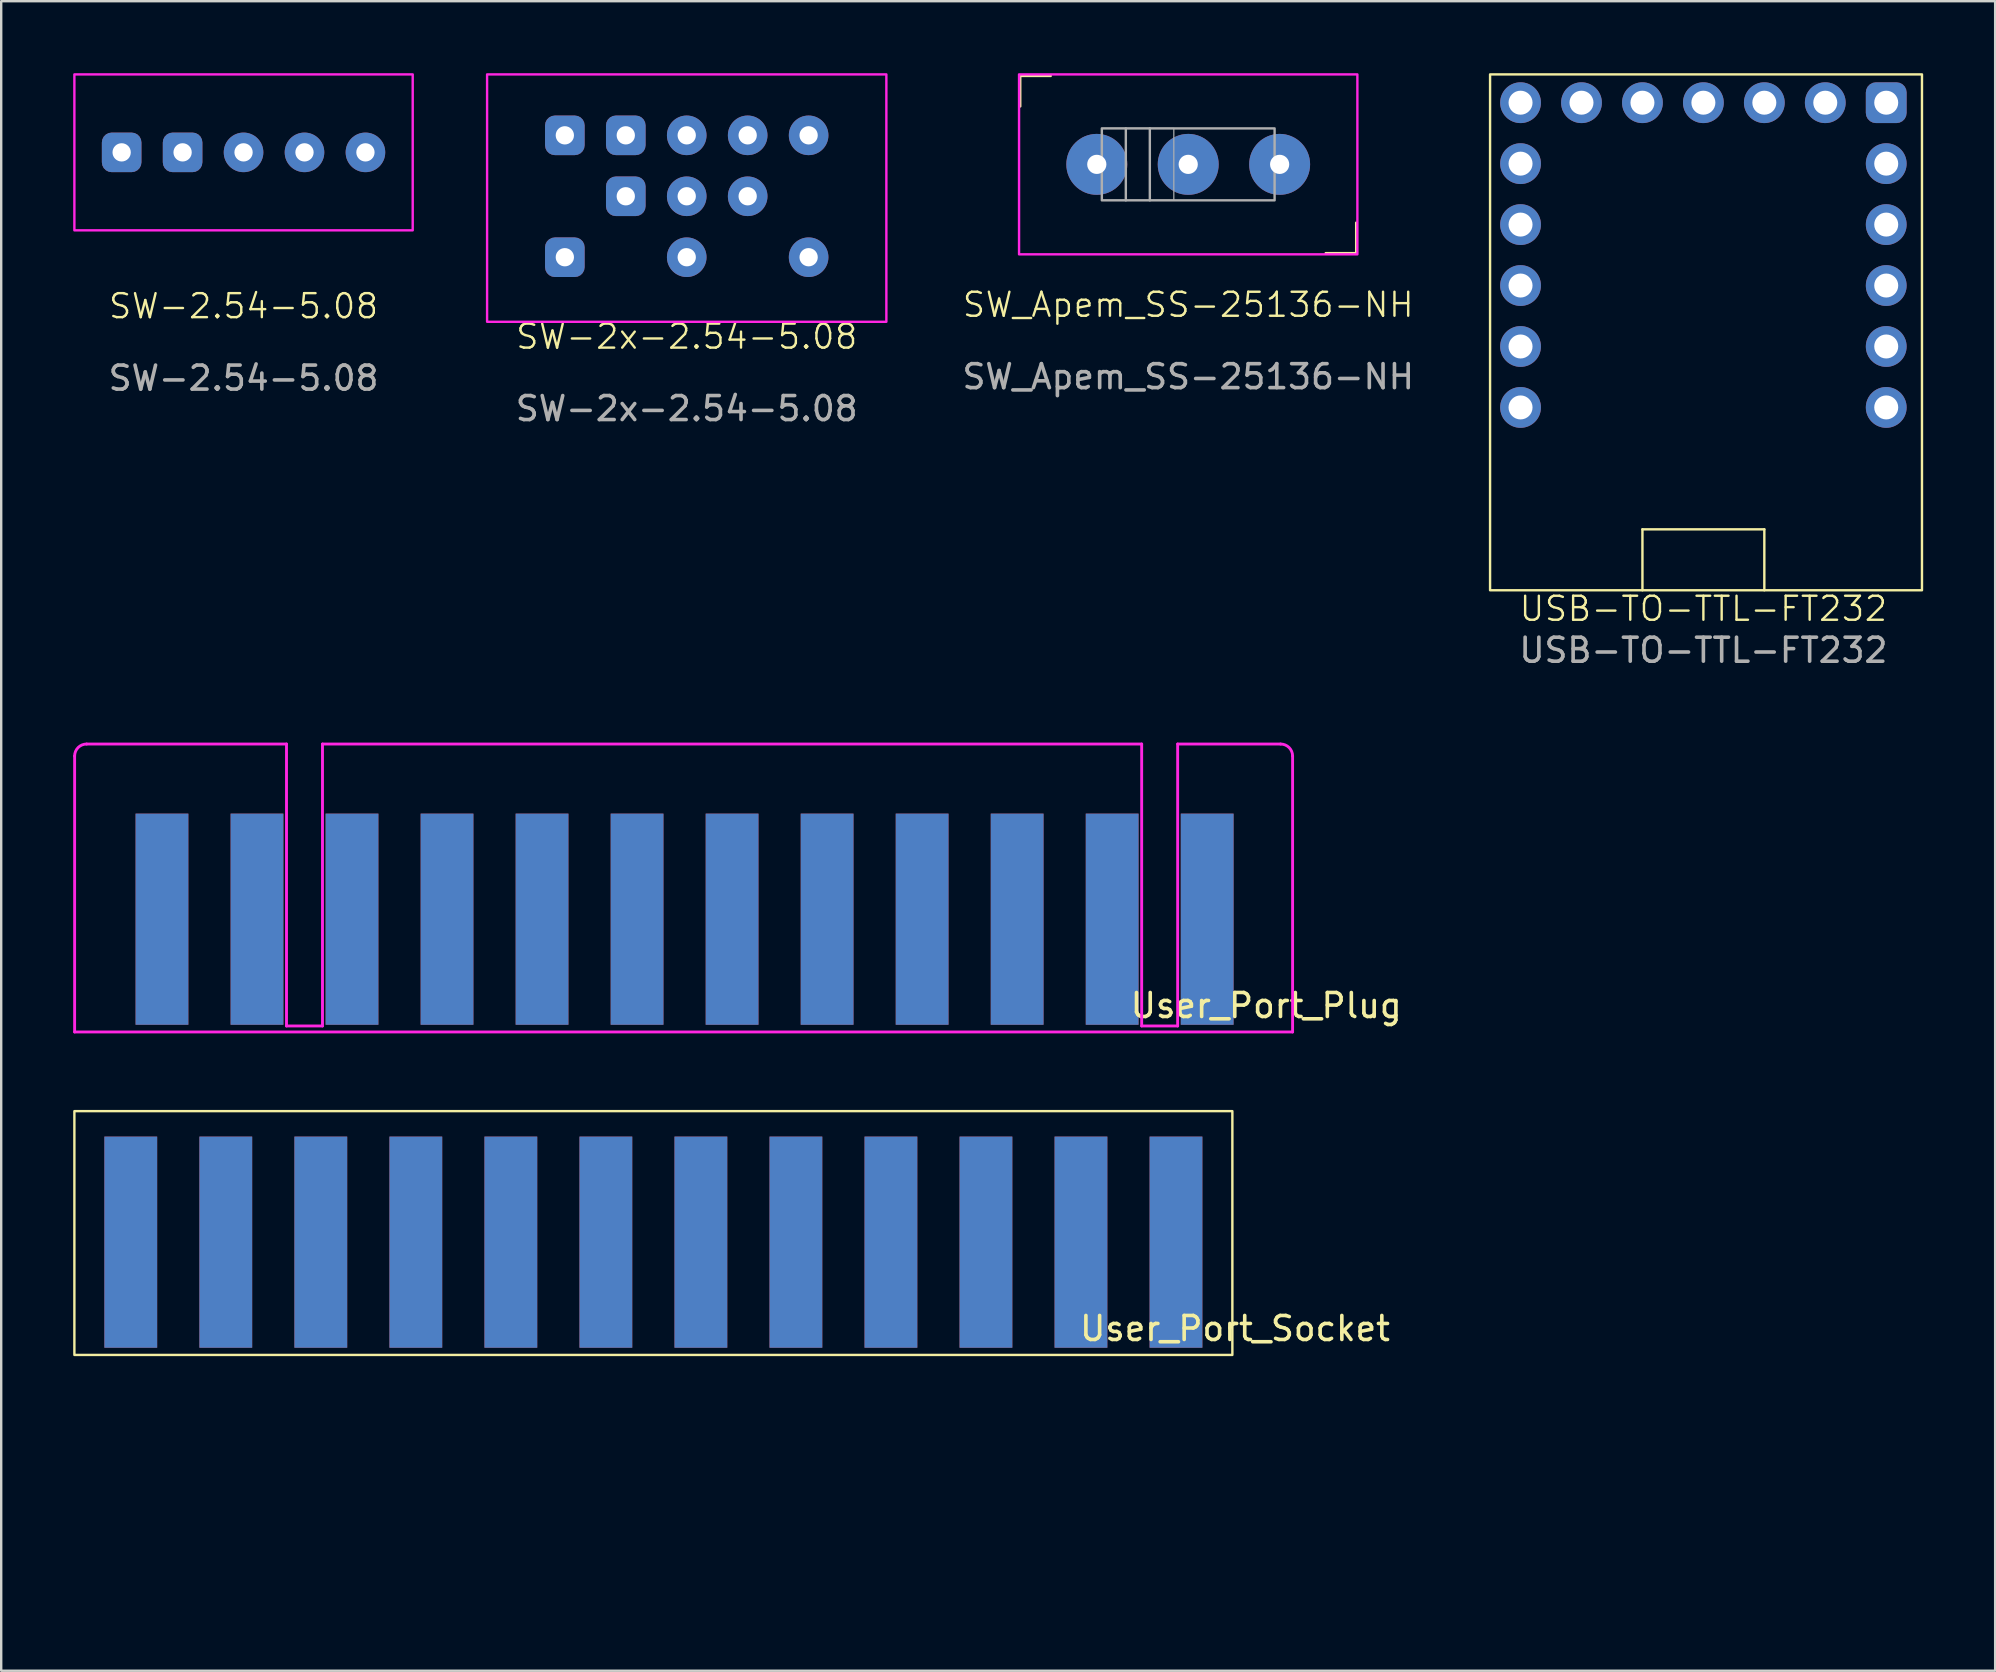
<source format=kicad_pcb>
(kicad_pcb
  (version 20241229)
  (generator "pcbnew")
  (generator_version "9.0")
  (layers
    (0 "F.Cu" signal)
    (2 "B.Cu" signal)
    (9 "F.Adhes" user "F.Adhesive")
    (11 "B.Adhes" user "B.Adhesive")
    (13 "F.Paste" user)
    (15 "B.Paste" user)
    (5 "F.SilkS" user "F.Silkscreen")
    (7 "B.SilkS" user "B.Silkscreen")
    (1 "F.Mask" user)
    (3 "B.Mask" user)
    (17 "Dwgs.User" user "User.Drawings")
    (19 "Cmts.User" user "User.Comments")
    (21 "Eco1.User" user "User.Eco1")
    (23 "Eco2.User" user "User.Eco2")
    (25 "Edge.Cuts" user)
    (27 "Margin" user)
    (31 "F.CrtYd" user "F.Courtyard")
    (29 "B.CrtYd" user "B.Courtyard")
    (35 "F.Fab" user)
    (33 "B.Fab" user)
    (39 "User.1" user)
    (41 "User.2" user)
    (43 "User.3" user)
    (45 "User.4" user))
  (footprint "User_Port_Plug"
    (layer "F.Cu")
    (at 25.48 39.958)
    (property "Reference" "User_Port_Plug" (at 24.24 -1.1 0) (layer "F.SilkS") (effects (font (size 1 1) (thickness 0.15))))
    (attr through_hole)
    (fp_line (start -25.42 -11.5) (end -25.42 0) (stroke (width 0.12) (type solid)) (layer "F.CrtYd"))
    (fp_line (start -25.42 0) (end 25.34 0) (stroke (width 0.12) (type solid)) (layer "F.CrtYd"))
    (fp_line (start -16.59 -12) (end -24.92 -12) (stroke (width 0.12) (type solid)) (layer "F.CrtYd"))
    (fp_line (start -16.59 -0.25) (end -16.59 -12) (stroke (width 0.12) (type solid)) (layer "F.CrtYd"))
    (fp_line (start -15.09 -12) (end -15.09 -0.25) (stroke (width 0.12) (type solid)) (layer "F.CrtYd"))
    (fp_line (start -15.09 -0.25) (end -16.59 -0.25) (stroke (width 0.12) (type solid)) (layer "F.CrtYd"))
    (fp_line (start 19.05 -12) (end -15.09 -12) (stroke (width 0.12) (type solid)) (layer "F.CrtYd"))
    (fp_line (start 19.05 -0.25) (end 19.05 -12) (stroke (width 0.12) (type solid)) (layer "F.CrtYd"))
    (fp_line (start 20.55 -12) (end 20.55 -0.25) (stroke (width 0.12) (type solid)) (layer "F.CrtYd"))
    (fp_line (start 20.55 -0.25) (end 19.05 -0.25) (stroke (width 0.12) (type solid)) (layer "F.CrtYd"))
    (fp_line (start 24.84 -12) (end 20.55 -12) (stroke (width 0.12) (type solid)) (layer "F.CrtYd"))
    (fp_line (start 25.34 0) (end 25.34 -11.5) (stroke (width 0.12) (type solid)) (layer "F.CrtYd"))
    (fp_arc (start -25.42 -11.5) (mid -25.273553 -11.853553) (end -24.92 -12) (stroke (width 0.12) (type solid)) (layer "F.CrtYd"))
    (fp_arc (start 24.84 -12) (mid 25.193553 -11.853553) (end 25.34 -11.5) (stroke (width 0.12) (type solid)) (layer "F.CrtYd"))
    (pad "1" smd rect (at 21.78 -4.7) (size 2.2 8.8) (layers "F.Cu" "F.Mask" "F.Paste"))
    (pad "2" smd rect (at 17.82 -4.7) (size 2.2 8.8) (layers "F.Cu" "F.Mask" "F.Paste"))
    (pad "3" smd rect (at 13.86 -4.7) (size 2.2 8.8) (layers "F.Cu" "F.Mask" "F.Paste"))
    (pad "4" smd rect (at 9.9 -4.7) (size 2.2 8.8) (layers "F.Cu" "F.Mask" "F.Paste"))
    (pad "5" smd rect (at 5.94 -4.7) (size 2.2 8.8) (layers "F.Cu" "F.Mask" "F.Paste"))
    (pad "6" smd rect (at 1.98 -4.7) (size 2.2 8.8) (layers "F.Cu" "F.Mask" "F.Paste"))
    (pad "7" smd rect (at -1.98 -4.7) (size 2.2 8.8) (layers "F.Cu" "F.Mask" "F.Paste"))
    (pad "8" smd rect (at -5.94 -4.7) (size 2.2 8.8) (layers "F.Cu" "F.Mask" "F.Paste"))
    (pad "9" smd rect (at -9.9 -4.7) (size 2.2 8.8) (layers "F.Cu" "F.Mask" "F.Paste"))
    (pad "10" smd rect (at -13.86 -4.7) (size 2.2 8.8) (layers "F.Cu" "F.Mask" "F.Paste"))
    (pad "11" smd rect (at -17.82 -4.7) (size 2.2 8.8) (layers "F.Cu" "F.Mask" "F.Paste"))
    (pad "12" smd rect (at -21.78 -4.7) (size 2.2 8.8) (layers "F.Cu" "F.Mask" "F.Paste"))
    (pad "A" smd rect (at 21.78 -4.7) (size 2.2 8.8) (layers "B.Cu" "B.Mask" "B.Paste"))
    (pad "B" smd rect (at 17.82 -4.7) (size 2.2 8.8) (layers "B.Cu" "B.Mask" "B.Paste"))
    (pad "C" smd rect (at 13.86 -4.7) (size 2.2 8.8) (layers "B.Cu" "B.Mask" "B.Paste"))
    (pad "D" smd rect (at 9.9 -4.7) (size 2.2 8.8) (layers "B.Cu" "B.Mask" "B.Paste"))
    (pad "E" smd rect (at 5.94 -4.7) (size 2.2 8.8) (layers "B.Cu" "B.Mask" "B.Paste"))
    (pad "F" smd rect (at 1.98 -4.7) (size 2.2 8.8) (layers "B.Cu" "B.Mask" "B.Paste"))
    (pad "H" smd rect (at -1.98 -4.7) (size 2.2 8.8) (layers "B.Cu" "B.Mask" "B.Paste"))
    (pad "J" smd rect (at -5.94 -4.7) (size 2.2 8.8) (layers "B.Cu" "B.Mask" "B.Paste"))
    (pad "K" smd rect (at -9.9 -4.7) (size 2.2 8.8) (layers "B.Cu" "B.Mask" "B.Paste"))
    (pad "L" smd rect (at -13.86 -4.7) (size 2.2 8.8) (layers "B.Cu" "B.Mask" "B.Paste"))
    (pad "M" smd rect (at -17.82 -4.7) (size 2.2 8.8) (layers "B.Cu" "B.Mask" "B.Paste"))
    (pad "N" smd rect (at -21.78 -4.7) (size 2.2 8.8) (layers "B.Cu" "B.Mask" "B.Paste")))
  (footprint "SW-2.54-5.08"
    (layer "F.Cu")
    (at 7.1 10.21)
    (property "Reference" "SW-2.54-5.08" (at 0 -0.5 0) (unlocked yes) (layer "F.SilkS") (effects (font (size 1 1) (thickness 0.1))))
    (attr through_hole)
    (fp_rect (start -7.05 -10.16) (end 7.05 -3.66) (stroke (width 0.1) (type solid)) (fill no) (layer "F.CrtYd"))
    (fp_text user "${REFERENCE}" (at 0 2.5 0) (unlocked yes) (layer "F.Fab") (effects (font (size 1 1) (thickness 0.15))))
    (pad "1" thru_hole roundrect (at -5.08 -6.91) (size 1.65 1.65) (drill 0.762) (layers "*.Cu" "*.Mask") (roundrect_rratio 0.25))
    (pad "1" thru_hole roundrect (at -2.54 -6.91) (size 1.65 1.65) (drill 0.762) (layers "*.Cu" "*.Mask") (roundrect_rratio 0.25))
    (pad "2" thru_hole circle (at 0 -6.91) (size 1.65 1.65) (drill 0.762) (layers "*.Cu" "*.Mask"))
    (pad "3" thru_hole circle (at 2.54 -6.91) (size 1.65 1.65) (drill 0.762) (layers "*.Cu" "*.Mask"))
    (pad "3" thru_hole circle (at 5.08 -6.91) (size 1.65 1.65) (drill 0.762) (layers "*.Cu" "*.Mask")))
  (footprint "User_Port_Socket"
    (layer "F.Cu")
    (at 24.18 53.418)
    (property "Reference" "User_Port_Socket" (at 24.24 -1.1 0) (layer "F.SilkS") (effects (font (size 1 1) (thickness 0.15))))
    (attr through_hole)
    (fp_rect (start 24.13 -10.16) (end -24.13 0) (stroke (width 0.1) (type default)) (fill no) (layer "F.SilkS"))
    (pad "1" smd rect (at 21.78 -4.7) (size 2.2 8.8) (layers "F.Cu" "F.Mask" "F.Paste"))
    (pad "2" smd rect (at 17.82 -4.7) (size 2.2 8.8) (layers "F.Cu" "F.Mask" "F.Paste"))
    (pad "3" smd rect (at 13.86 -4.7) (size 2.2 8.8) (layers "F.Cu" "F.Mask" "F.Paste"))
    (pad "4" smd rect (at 9.9 -4.7) (size 2.2 8.8) (layers "F.Cu" "F.Mask" "F.Paste"))
    (pad "5" smd rect (at 5.94 -4.7) (size 2.2 8.8) (layers "F.Cu" "F.Mask" "F.Paste"))
    (pad "6" smd rect (at 1.98 -4.7) (size 2.2 8.8) (layers "F.Cu" "F.Mask" "F.Paste"))
    (pad "7" smd rect (at -1.98 -4.7) (size 2.2 8.8) (layers "F.Cu" "F.Mask" "F.Paste"))
    (pad "8" smd rect (at -5.94 -4.7) (size 2.2 8.8) (layers "F.Cu" "F.Mask" "F.Paste"))
    (pad "9" smd rect (at -9.9 -4.7) (size 2.2 8.8) (layers "F.Cu" "F.Mask" "F.Paste"))
    (pad "10" smd rect (at -13.86 -4.7) (size 2.2 8.8) (layers "F.Cu" "F.Mask" "F.Paste"))
    (pad "11" smd rect (at -17.82 -4.7) (size 2.2 8.8) (layers "F.Cu" "F.Mask" "F.Paste"))
    (pad "12" smd rect (at -21.78 -4.7) (size 2.2 8.8) (layers "F.Cu" "F.Mask" "F.Paste"))
    (pad "A" smd rect (at 21.78 -4.7) (size 2.2 8.8) (layers "B.Cu" "B.Mask" "B.Paste"))
    (pad "B" smd rect (at 17.82 -4.7) (size 2.2 8.8) (layers "B.Cu" "B.Mask" "B.Paste"))
    (pad "C" smd rect (at 13.86 -4.7) (size 2.2 8.8) (layers "B.Cu" "B.Mask" "B.Paste"))
    (pad "D" smd rect (at 9.9 -4.7) (size 2.2 8.8) (layers "B.Cu" "B.Mask" "B.Paste"))
    (pad "E" smd rect (at 5.94 -4.7) (size 2.2 8.8) (layers "B.Cu" "B.Mask" "B.Paste"))
    (pad "F" smd rect (at 1.98 -4.7) (size 2.2 8.8) (layers "B.Cu" "B.Mask" "B.Paste"))
    (pad "H" smd rect (at -1.98 -4.7) (size 2.2 8.8) (layers "B.Cu" "B.Mask" "B.Paste"))
    (pad "J" smd rect (at -5.94 -4.7) (size 2.2 8.8) (layers "B.Cu" "B.Mask" "B.Paste"))
    (pad "K" smd rect (at -9.9 -4.7) (size 2.2 8.8) (layers "B.Cu" "B.Mask" "B.Paste"))
    (pad "L" smd rect (at -13.86 -4.7) (size 2.2 8.8) (layers "B.Cu" "B.Mask" "B.Paste"))
    (pad "M" smd rect (at -17.82 -4.7) (size 2.2 8.8) (layers "B.Cu" "B.Mask" "B.Paste"))
    (pad "N" smd rect (at -21.78 -4.7) (size 2.2 8.8) (layers "B.Cu" "B.Mask" "B.Paste"))
    (zone (net_name "") (layer "F.SilkS") (hatch edge 0.5) (connect_pads) (min_thickness 0.25) (filled_areas_thickness no) (keepout (tracks not_allowed) (vias not_allowed) (pads not_allowed) (copperpour allowed) (footprints allowed)) (placement (enabled no)) (fill) (polygon (pts (xy 48.31 63.578) (xy 0.05 63.578) (xy 0.05 53.418) (xy 48.31 53.418)))))
  (footprint "SW-2x-2.54-5.08"
    (layer "F.Cu")
    (at 25.57 11.48)
    (property "Reference" "SW-2x-2.54-5.08" (at 0 -0.5 0) (unlocked yes) (layer "F.SilkS") (effects (font (size 1 1) (thickness 0.1))))
    (attr through_hole)
    (fp_rect (start -8.32 -11.43) (end 8.32 -1.12) (stroke (width 0.1) (type solid)) (fill no) (layer "F.CrtYd"))
    (fp_text user "${REFERENCE}" (at 0 2.5 0) (unlocked yes) (layer "F.Fab") (effects (font (size 1 1) (thickness 0.15))))
    (pad "1" thru_hole roundrect (at -5.08 -8.89) (size 1.65 1.65) (drill 0.762) (layers "*.Cu" "*.Mask") (roundrect_rratio 0.25))
    (pad "1" thru_hole roundrect (at -2.54 -8.89) (size 1.65 1.65) (drill 0.762) (layers "*.Cu" "*.Mask") (roundrect_rratio 0.25))
    (pad "2" thru_hole circle (at 0 -8.89) (size 1.65 1.65) (drill 0.762) (layers "*.Cu" "*.Mask"))
    (pad "3" thru_hole circle (at 2.54 -8.89) (size 1.65 1.65) (drill 0.762) (layers "*.Cu" "*.Mask"))
    (pad "3" thru_hole circle (at 5.08 -8.89) (size 1.65 1.65) (drill 0.762) (layers "*.Cu" "*.Mask"))
    (pad "4" thru_hole roundrect (at -5.08 -3.81) (size 1.65 1.65) (drill 0.762) (layers "*.Cu" "*.Mask") (roundrect_rratio 0.25))
    (pad "4" thru_hole roundrect (at -2.54 -6.35) (size 1.65 1.65) (drill 0.762) (layers "*.Cu" "*.Mask") (roundrect_rratio 0.25))
    (pad "5" thru_hole circle (at 0 -6.35) (size 1.65 1.65) (drill 0.762) (layers "*.Cu" "*.Mask"))
    (pad "5" thru_hole circle (at 0 -3.81) (size 1.65 1.65) (drill 0.762) (layers "*.Cu" "*.Mask"))
    (pad "6" thru_hole circle (at 2.54 -6.35) (size 1.65 1.65) (drill 0.762) (layers "*.Cu" "*.Mask"))
    (pad "6" thru_hole circle (at 5.08 -3.81) (size 1.65 1.65) (drill 0.762) (layers "*.Cu" "*.Mask")))
  (footprint "USB-TO-TTL-FT232"
    (layer "F.Cu")
    (at 67.94 22.82)
    (property "Reference" "USB-TO-TTL-FT232" (at 0 -0.5 0) (unlocked yes) (layer "F.SilkS") (effects (font (size 1 1) (thickness 0.1))))
    (attr through_hole)
    (fp_line (start -2.54 -3.81) (end 2.54 -3.81) (stroke (width 0.1) (type default)) (layer "F.SilkS"))
    (fp_line (start -2.54 -1.27) (end -2.54 -3.81) (stroke (width 0.1) (type default)) (layer "F.SilkS"))
    (fp_line (start 2.54 -3.81) (end 2.54 -1.27) (stroke (width 0.1) (type default)) (layer "F.SilkS"))
    (fp_rect (start -8.89 -22.77) (end 9.11 -1.27) (stroke (width 0.1) (type default)) (fill no) (layer "F.SilkS"))
    (fp_text user "${REFERENCE}" (at 0 1.23 0) (unlocked yes) (layer "F.Fab") (effects (font (size 1 1) (thickness 0.15))))
    (pad "1" thru_hole roundrect (at 7.62 -21.59) (size 1.7 1.7) (drill 1) (layers "*.Cu" "*.Mask") (roundrect_rratio 0.25))
    (pad "2" thru_hole circle (at 5.08 -21.59) (size 1.7 1.7) (drill 1) (layers "*.Cu" "*.Mask"))
    (pad "3" thru_hole circle (at 2.54 -21.59) (size 1.7 1.7) (drill 1) (layers "*.Cu" "*.Mask"))
    (pad "4" thru_hole circle (at 0 -21.59) (size 1.7 1.7) (drill 1) (layers "*.Cu" "*.Mask"))
    (pad "5" thru_hole circle (at -2.54 -21.59) (size 1.7 1.7) (drill 1) (layers "*.Cu" "*.Mask"))
    (pad "6" thru_hole circle (at -5.08 -21.59) (size 1.7 1.7) (drill 1) (layers "*.Cu" "*.Mask"))
    (pad "7" thru_hole circle (at -7.62 -21.59) (size 1.7 1.7) (drill 1) (layers "*.Cu" "*.Mask"))
    (pad "8" thru_hole circle (at -7.62 -19.05) (size 1.7 1.7) (drill 1) (layers "*.Cu" "*.Mask"))
    (pad "9" thru_hole circle (at -7.62 -16.51) (size 1.7 1.7) (drill 1) (layers "*.Cu" "*.Mask"))
    (pad "10" thru_hole circle (at -7.62 -13.97) (size 1.7 1.7) (drill 1) (layers "*.Cu" "*.Mask"))
    (pad "11" thru_hole circle (at -7.62 -11.43) (size 1.7 1.7) (drill 1) (layers "*.Cu" "*.Mask"))
    (pad "12" thru_hole circle (at -7.62 -8.89) (size 1.7 1.7) (drill 1) (layers "*.Cu" "*.Mask"))
    (pad "13" thru_hole circle (at 7.62 -8.89) (size 1.7 1.7) (drill 1) (layers "*.Cu" "*.Mask"))
    (pad "14" thru_hole circle (at 7.62 -11.43) (size 1.7 1.7) (drill 1) (layers "*.Cu" "*.Mask"))
    (pad "15" thru_hole circle (at 7.62 -13.97) (size 1.7 1.7) (drill 1) (layers "*.Cu" "*.Mask"))
    (pad "16" thru_hole circle (at 7.62 -16.51) (size 1.7 1.7) (drill 1) (layers "*.Cu" "*.Mask"))
    (pad "17" thru_hole circle (at 7.62 -19.05) (size 1.7 1.7) (drill 1) (layers "*.Cu" "*.Mask")))
  (footprint "SW_Apem_SS-25136-NH"
    (layer "F.Cu")
    (at 46.47 3.8)
    (property "Reference" "SW_Apem_SS-25136-NH" (at 0 5.85 0) (unlocked yes) (layer "F.SilkS") (effects (font (size 1 1) (thickness 0.1))))
    (attr through_hole)
    (fp_line (start -7 -3.685) (end -7 -2.415) (stroke (width 0.1) (type default)) (layer "F.SilkS"))
    (fp_line (start -5.73 -3.685) (end -7 -3.685) (stroke (width 0.1) (type default)) (layer "F.SilkS"))
    (fp_line (start 5.73 3.7) (end 7 3.7) (stroke (width 0.1) (type default)) (layer "F.SilkS"))
    (fp_line (start 7 3.7) (end 7 2.43) (stroke (width 0.1) (type default)) (layer "F.SilkS"))
    (fp_rect (start -7.05 -3.75) (end 7.05 3.75) (stroke (width 0.1) (type solid)) (fill no) (layer "F.CrtYd"))
    (fp_line (start -2.6 -1.5) (end -2.6 1.5) (stroke (width 0.1) (type solid)) (layer "F.Fab"))
    (fp_line (start -1.6 -1.5) (end -1.6 1.5) (stroke (width 0.1) (type solid)) (layer "F.Fab"))
    (fp_rect (start -3.6 -1.5) (end -0.6 1.5) (stroke (width 0.05) (type solid)) (fill no) (layer "F.Fab"))
    (fp_rect (start -3.6 -1.5) (end 3.6 1.5) (stroke (width 0.1) (type solid)) (fill no) (layer "F.Fab"))
    (fp_text user "${REFERENCE}" (at 0 8.85 0) (unlocked yes) (layer "F.Fab") (effects (font (size 1 1) (thickness 0.15))))
    (pad "1" thru_hole circle (at -3.81 0) (size 2.54 2.54) (drill 0.8) (layers "*.Cu" "*.Mask"))
    (pad "2" thru_hole circle (at 0 0) (size 2.54 2.54) (drill 0.8) (layers "*.Cu" "*.Mask"))
    (pad "3" thru_hole circle (at 3.81 0) (size 2.54 2.54) (drill 0.8) (layers "*.Cu" "*.Mask")))
  (gr_rect
    (start -3 -3)
    (end 80.1 66.578)
    (stroke (width 0.1) (type default))
    (fill no)
    (layer "Edge.Cuts")))
</source>
